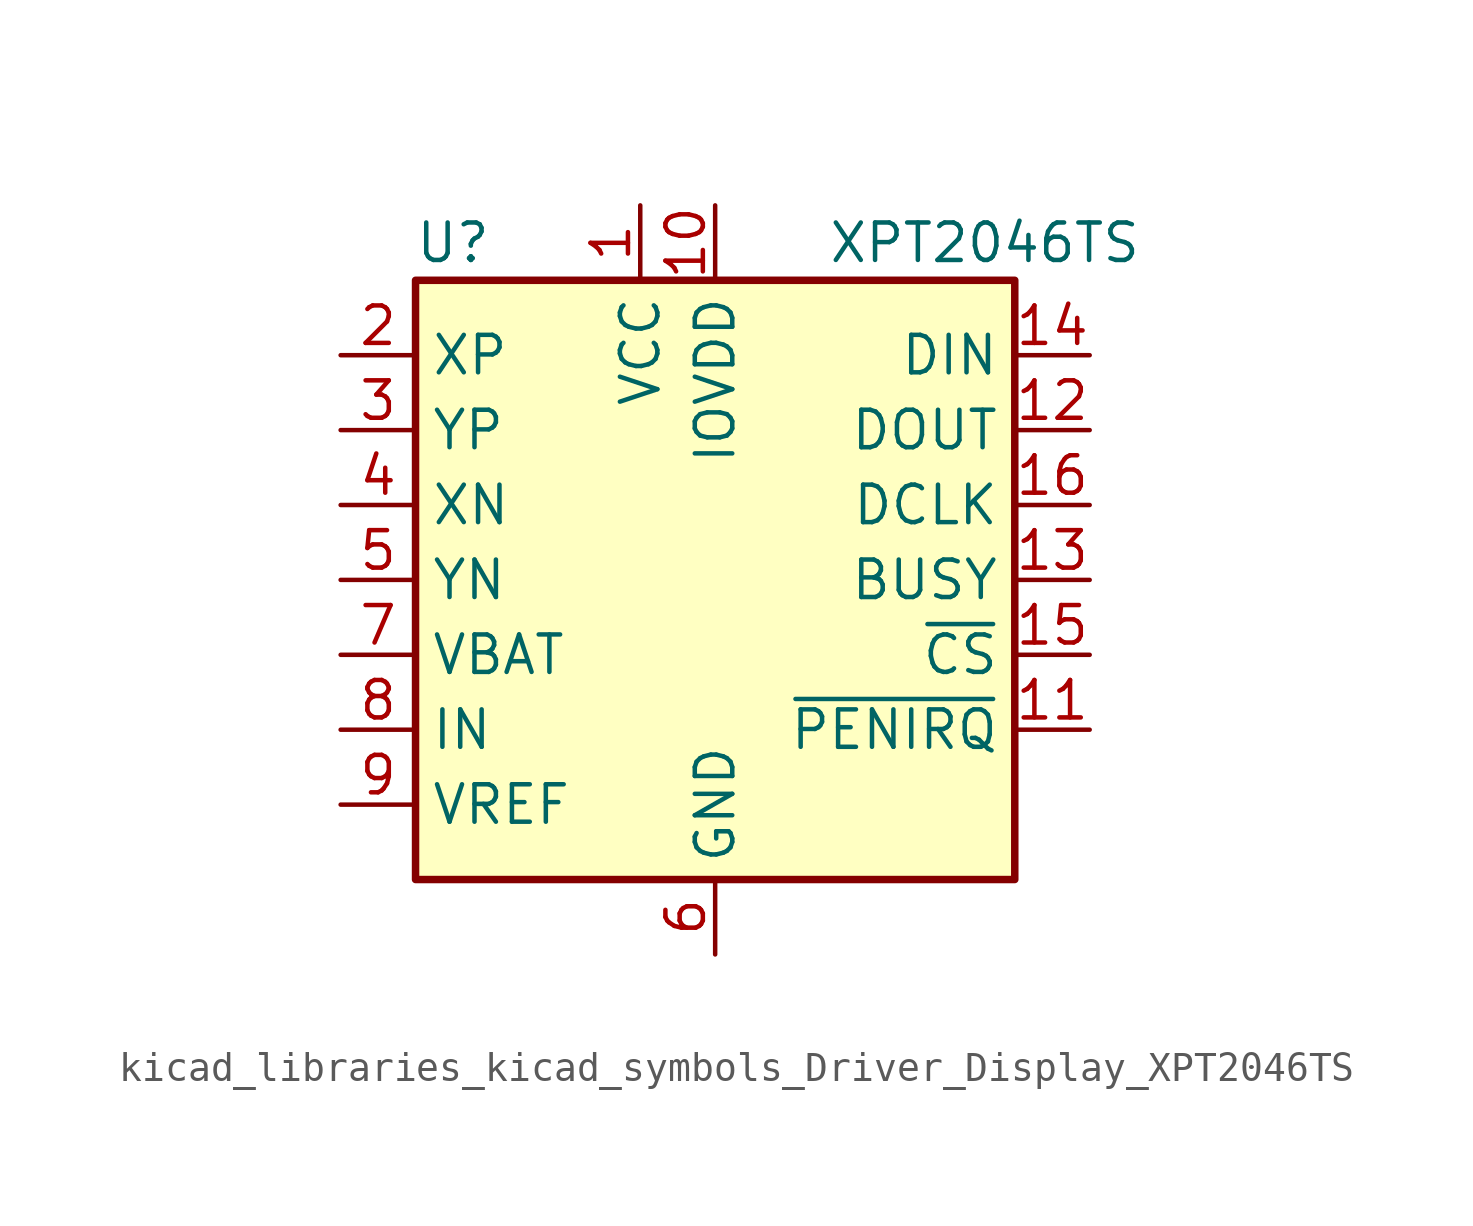
<source format=kicad_sym>
(kicad_symbol_lib
  (version 20220914)
  (generator kicad_symbol_editor)
  (symbol "kicad_libraries_kicad_symbols_Driver_Display_XPT2046TS"
    (property "Reference" "U"
      (at -8.89 11.43 0)
      (effects (font (size 1.27 1.27))))
    (property "Value" "XPT2046TS"
      (at 3.81 11.43 0)
      (effects (font (size 1.27 1.27)) (justify left)))
    (symbol "kicad_libraries_kicad_symbols_Driver_Display_XPT2046TS_0_1"
      (rectangle (start -10.16 10.16) (end 10.16 -10.16) (stroke (width 0.254) (type default)) (fill (type background))))
    (symbol "kicad_libraries_kicad_symbols_Driver_Display_XPT2046TS_1_1"
      (pin power_in line (at -2.54 12.7 270) (length 2.54) (name "VCC" (effects (font (size 1.27 1.27)))) (number "1" (effects (font (size 1.27 1.27)))))
      (pin power_in line (at 0 12.7 270) (length 2.54) (name "IOVDD" (effects (font (size 1.27 1.27)))) (number "10" (effects (font (size 1.27 1.27)))))
      (pin open_collector line (at 12.7 -5.08 180) (length 2.54) (name "~{PENIRQ}" (effects (font (size 1.27 1.27)))) (number "11" (effects (font (size 1.27 1.27)))))
      (pin output line (at 12.7 5.08 180) (length 2.54) (name "DOUT" (effects (font (size 1.27 1.27)))) (number "12" (effects (font (size 1.27 1.27)))))
      (pin output line (at 12.7 0 180) (length 2.54) (name "BUSY" (effects (font (size 1.27 1.27)))) (number "13" (effects (font (size 1.27 1.27)))))
      (pin input line (at 12.7 7.62 180) (length 2.54) (name "DIN" (effects (font (size 1.27 1.27)))) (number "14" (effects (font (size 1.27 1.27)))))
      (pin input line (at 12.7 -2.54 180) (length 2.54) (name "~{CS}" (effects (font (size 1.27 1.27)))) (number "15" (effects (font (size 1.27 1.27)))))
      (pin input line (at 12.7 2.54 180) (length 2.54) (name "DCLK" (effects (font (size 1.27 1.27)))) (number "16" (effects (font (size 1.27 1.27)))))
      (pin input line (at -12.7 7.62 0) (length 2.54) (name "XP" (effects (font (size 1.27 1.27)))) (number "2" (effects (font (size 1.27 1.27)))))
      (pin input line (at -12.7 5.08 0) (length 2.54) (name "YP" (effects (font (size 1.27 1.27)))) (number "3" (effects (font (size 1.27 1.27)))))
      (pin input line (at -12.7 2.54 0) (length 2.54) (name "XN" (effects (font (size 1.27 1.27)))) (number "4" (effects (font (size 1.27 1.27)))))
      (pin input line (at -12.7 0 0) (length 2.54) (name "YN" (effects (font (size 1.27 1.27)))) (number "5" (effects (font (size 1.27 1.27)))))
      (pin power_in line (at 0 -12.7 90) (length 2.54) (name "GND" (effects (font (size 1.27 1.27)))) (number "6" (effects (font (size 1.27 1.27)))))
      (pin power_in line (at -12.7 -2.54 0) (length 2.54) (name "VBAT" (effects (font (size 1.27 1.27)))) (number "7" (effects (font (size 1.27 1.27)))))
      (pin input line (at -12.7 -5.08 0) (length 2.54) (name "IN" (effects (font (size 1.27 1.27)))) (number "8" (effects (font (size 1.27 1.27)))))
      (pin bidirectional line (at -12.7 -7.62 0) (length 2.54) (name "VREF" (effects (font (size 1.27 1.27)))) (number "9" (effects (font (size 1.27 1.27))))))))
</source>
